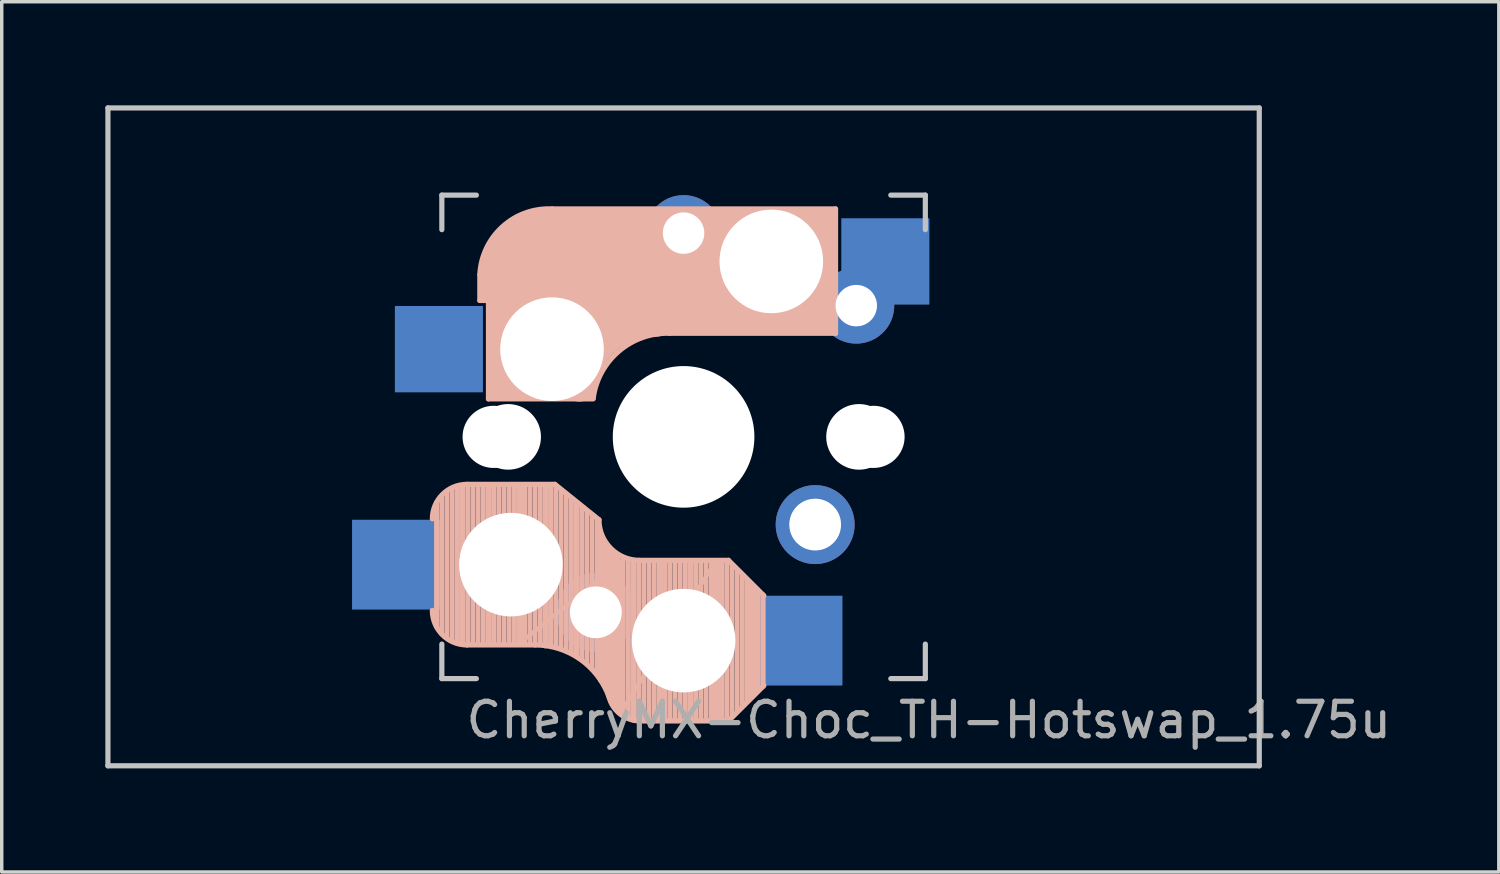
<source format=kicad_pcb>
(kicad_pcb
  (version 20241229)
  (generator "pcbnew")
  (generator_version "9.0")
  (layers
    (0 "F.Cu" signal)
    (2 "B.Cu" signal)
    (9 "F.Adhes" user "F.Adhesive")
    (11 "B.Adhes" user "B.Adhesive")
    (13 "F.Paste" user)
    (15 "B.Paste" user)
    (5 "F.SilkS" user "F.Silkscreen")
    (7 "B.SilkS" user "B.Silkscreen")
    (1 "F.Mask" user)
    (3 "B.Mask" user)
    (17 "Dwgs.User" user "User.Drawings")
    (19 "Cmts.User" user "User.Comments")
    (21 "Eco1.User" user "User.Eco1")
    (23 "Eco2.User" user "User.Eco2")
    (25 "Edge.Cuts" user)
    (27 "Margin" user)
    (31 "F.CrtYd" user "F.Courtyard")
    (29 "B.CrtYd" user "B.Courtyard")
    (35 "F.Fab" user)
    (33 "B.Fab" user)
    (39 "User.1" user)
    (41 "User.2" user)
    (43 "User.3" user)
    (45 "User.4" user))
  (footprint "CherryMX-Choc_TH-Hotswap_1.75u"
    (layer "F.Cu")
    (at 16.744 9.6)
    (property "Reference" "CherryMX-Choc_TH-Hotswap_1.75u" (at 7.1 8.2 0) (layer "F.Fab") (effects (font (size 1 1) (thickness 0.15))))
    (attr through_hole)
    (fp_line (start -7.15 5.5) (end -7.15 1.9) (stroke (width 0.15) (type solid)) (layer "B.SilkS"))
    (fp_line (start -7 5.7) (end -7 1.7) (stroke (width 0.15) (type solid)) (layer "B.SilkS"))
    (fp_line (start -6.85 5.8) (end -6.85 1.6) (stroke (width 0.15) (type solid)) (layer "B.SilkS"))
    (fp_line (start -6.7 5.9) (end -6.7 1.5) (stroke (width 0.15) (type solid)) (layer "B.SilkS"))
    (fp_line (start -6.55 5.95) (end -6.55 1.45) (stroke (width 0.15) (type solid)) (layer "B.SilkS"))
    (fp_line (start -6.4 6) (end -6.4 1.45) (stroke (width 0.15) (type solid)) (layer "B.SilkS"))
    (fp_line (start -6.25 6) (end -6.25 1.4) (stroke (width 0.15) (type solid)) (layer "B.SilkS"))
    (fp_line (start -6.1 6) (end -6.1 1.4) (stroke (width 0.15) (type solid)) (layer "B.SilkS"))
    (fp_line (start -5.95 6) (end -5.95 1.4) (stroke (width 0.15) (type solid)) (layer "B.SilkS"))
    (fp_line (start -5.9 -4.7) (end -5.9 -3.95) (stroke (width 0.15) (type solid)) (layer "B.SilkS"))
    (fp_line (start -5.9 -3.95) (end -5.7 -3.95) (stroke (width 0.15) (type solid)) (layer "B.SilkS"))
    (fp_line (start -5.8 -4.05) (end -5.8 -4.7) (stroke (width 0.3) (type solid)) (layer "B.SilkS"))
    (fp_line (start -5.8 6) (end -5.8 1.4) (stroke (width 0.15) (type solid)) (layer "B.SilkS"))
    (fp_line (start -5.65 -5.55) (end -5.65 -1.1) (stroke (width 0.15) (type solid)) (layer "B.SilkS"))
    (fp_line (start -5.65 -1.1) (end -2.62 -1.1) (stroke (width 0.15) (type solid)) (layer "B.SilkS"))
    (fp_line (start -5.65 6) (end -5.65 1.4) (stroke (width 0.15) (type solid)) (layer "B.SilkS"))
    (fp_line (start -5.5 6) (end -5.5 1.4) (stroke (width 0.15) (type solid)) (layer "B.SilkS"))
    (fp_line (start -5.45 -1.3) (end -3 -1.3) (stroke (width 0.5) (type solid)) (layer "B.SilkS"))
    (fp_line (start -5.35 6) (end -5.35 1.4) (stroke (width 0.15) (type solid)) (layer "B.SilkS"))
    (fp_line (start -5.3 -1.6) (end -5.3 -3.4) (stroke (width 0.8) (type solid)) (layer "B.SilkS"))
    (fp_line (start -5.2 6) (end -5.2 1.4) (stroke (width 0.15) (type solid)) (layer "B.SilkS"))
    (fp_line (start -5.05 6) (end -5.05 1.4) (stroke (width 0.15) (type solid)) (layer "B.SilkS"))
    (fp_line (start -4.9 6) (end -4.9 1.4) (stroke (width 0.15) (type solid)) (layer "B.SilkS"))
    (fp_line (start -4.75 6) (end -4.75 1.4) (stroke (width 0.15) (type solid)) (layer "B.SilkS"))
    (fp_line (start -4.65 5.9) (end -4.65 1.4) (stroke (width 0.12) (type solid)) (layer "B.SilkS"))
    (fp_line (start -4.6 6) (end -4.6 1.4) (stroke (width 0.15) (type solid)) (layer "B.SilkS"))
    (fp_line (start -4.45 6) (end -4.45 1.4) (stroke (width 0.15) (type solid)) (layer "B.SilkS"))
    (fp_line (start -4.3 6) (end -4.3 1.4) (stroke (width 0.15) (type solid)) (layer "B.SilkS"))
    (fp_line (start -4.3 6.025) (end -6.275 6.025) (stroke (width 0.15) (type solid)) (layer "B.SilkS"))
    (fp_line (start -4.17 -5.1) (end -4.17 -2.86) (stroke (width 3) (type solid)) (layer "B.SilkS"))
    (fp_line (start -4.15 6) (end -4.15 1.45) (stroke (width 0.15) (type solid)) (layer "B.SilkS"))
    (fp_line (start -4 6.05) (end -4 1.4) (stroke (width 0.15) (type solid)) (layer "B.SilkS"))
    (fp_line (start -3.85 6.05) (end -3.85 1.4) (stroke (width 0.15) (type solid)) (layer "B.SilkS"))
    (fp_line (start -3.725 1.375) (end -6.275 1.375) (stroke (width 0.15) (type solid)) (layer "B.SilkS"))
    (fp_line (start -3.725 1.375) (end -2.45 2.4) (stroke (width 0.15) (type solid)) (layer "B.SilkS"))
    (fp_line (start -3.7 6.05) (end -3.7 1.45) (stroke (width 0.15) (type solid)) (layer "B.SilkS"))
    (fp_line (start -3.55 6.1) (end -3.55 1.55) (stroke (width 0.15) (type solid)) (layer "B.SilkS"))
    (fp_line (start -3.4 6.2) (end -3.4 1.65) (stroke (width 0.15) (type solid)) (layer "B.SilkS"))
    (fp_line (start -3.25 6.25) (end -3.25 1.8) (stroke (width 0.15) (type solid)) (layer "B.SilkS"))
    (fp_line (start -3.1 6.35) (end -3.1 1.9) (stroke (width 0.15) (type solid)) (layer "B.SilkS"))
    (fp_line (start -2.95 6.45) (end -2.95 2.05) (stroke (width 0.15) (type solid)) (layer "B.SilkS"))
    (fp_line (start -2.8 6.55) (end -2.8 2.15) (stroke (width 0.15) (type solid)) (layer "B.SilkS"))
    (fp_line (start -2.65 6.7) (end -2.65 2.25) (stroke (width 0.15) (type solid)) (layer "B.SilkS"))
    (fp_line (start -2.5 6.85) (end -2.5 2.4) (stroke (width 0.15) (type solid)) (layer "B.SilkS"))
    (fp_line (start -2.4 7.05) (end -2.4 2.9) (stroke (width 0.15) (type solid)) (layer "B.SilkS"))
    (fp_line (start -2.3 7.2) (end -2.3 3.05) (stroke (width 0.15) (type solid)) (layer "B.SilkS"))
    (fp_line (start -2.2 7.4) (end -2.2 3.25) (stroke (width 0.15) (type solid)) (layer "B.SilkS"))
    (fp_line (start -2.1 7.55) (end -2.1 3.35) (stroke (width 0.15) (type solid)) (layer "B.SilkS"))
    (fp_line (start -2 7.8) (end -2 3.4) (stroke (width 0.15) (type solid)) (layer "B.SilkS"))
    (fp_line (start -1.9 7.95) (end -1.9 3.45) (stroke (width 0.15) (type solid)) (layer "B.SilkS"))
    (fp_line (start -1.8 3.6) (end -4.65 5.9) (stroke (width 0.12) (type solid)) (layer "B.SilkS"))
    (fp_line (start -1.8 7.95) (end -1.8 3.6) (stroke (width 0.12) (type solid)) (layer "B.SilkS"))
    (fp_line (start -1.75 8.05) (end -1.75 3.5) (stroke (width 0.15) (type solid)) (layer "B.SilkS"))
    (fp_line (start -1.6 8.15) (end -1.6 3.6) (stroke (width 0.15) (type solid)) (layer "B.SilkS"))
    (fp_line (start -1.45 8.2) (end -1.45 3.6) (stroke (width 0.15) (type solid)) (layer "B.SilkS"))
    (fp_line (start -1.3 8.2) (end -1.3 3.6) (stroke (width 0.15) (type solid)) (layer "B.SilkS"))
    (fp_line (start -1.15 8.2) (end -1.15 3.65) (stroke (width 0.15) (type solid)) (layer "B.SilkS"))
    (fp_line (start -1 8.2) (end -1 3.6) (stroke (width 0.15) (type solid)) (layer "B.SilkS"))
    (fp_line (start -0.85 8.2) (end -0.85 3.6) (stroke (width 0.15) (type solid)) (layer "B.SilkS"))
    (fp_line (start -0.7 8.2) (end -0.7 3.6) (stroke (width 0.15) (type solid)) (layer "B.SilkS"))
    (fp_line (start -0.55 8.2) (end -0.55 3.6) (stroke (width 0.15) (type solid)) (layer "B.SilkS"))
    (fp_line (start -0.4 -3) (end 4.4 -3) (stroke (width 0.15) (type solid)) (layer "B.SilkS"))
    (fp_line (start -0.4 8.2) (end -0.4 3.6) (stroke (width 0.15) (type solid)) (layer "B.SilkS"))
    (fp_line (start -0.25 8.2) (end -0.25 3.6) (stroke (width 0.15) (type solid)) (layer "B.SilkS"))
    (fp_line (start -0.1 8.2) (end -0.1 3.6) (stroke (width 0.15) (type solid)) (layer "B.SilkS"))
    (fp_line (start 0.05 8.2) (end 0.05 3.6) (stroke (width 0.15) (type solid)) (layer "B.SilkS"))
    (fp_line (start 0.2 8.2) (end 0.2 3.6) (stroke (width 0.15) (type solid)) (layer "B.SilkS"))
    (fp_line (start 0.35 8.2) (end 0.35 3.6) (stroke (width 0.15) (type solid)) (layer "B.SilkS"))
    (fp_line (start 0.5 8.2) (end 0.5 3.6) (stroke (width 0.15) (type solid)) (layer "B.SilkS"))
    (fp_line (start 0.65 8.2) (end 0.65 3.6) (stroke (width 0.15) (type solid)) (layer "B.SilkS"))
    (fp_line (start 0.8 8.2) (end 0.8 3.6) (stroke (width 0.15) (type solid)) (layer "B.SilkS"))
    (fp_line (start 0.9 3.65) (end -1.8 7.95) (stroke (width 0.12) (type solid)) (layer "B.SilkS"))
    (fp_line (start 0.9 8.1) (end 0.9 3.65) (stroke (width 0.12) (type solid)) (layer "B.SilkS"))
    (fp_line (start 0.95 8.2) (end 0.95 3.6) (stroke (width 0.15) (type solid)) (layer "B.SilkS"))
    (fp_line (start 1.1 8.2) (end 1.1 3.6) (stroke (width 0.15) (type solid)) (layer "B.SilkS"))
    (fp_line (start 1.25 8.2) (end 1.25 3.6) (stroke (width 0.15) (type solid)) (layer "B.SilkS"))
    (fp_line (start 1.3 3.575) (end -1.275 3.575) (stroke (width 0.15) (type solid)) (layer "B.SilkS"))
    (fp_line (start 1.3 3.575) (end 2.325 4.6) (stroke (width 0.15) (type solid)) (layer "B.SilkS"))
    (fp_line (start 1.3 8.225) (end -1.3 8.225) (stroke (width 0.15) (type solid)) (layer "B.SilkS"))
    (fp_line (start 1.3 8.225) (end 2.325 7.2) (stroke (width 0.15) (type solid)) (layer "B.SilkS"))
    (fp_line (start 1.4 8.1) (end 1.4 3.7) (stroke (width 0.15) (type solid)) (layer "B.SilkS"))
    (fp_line (start 1.55 7.95) (end 1.55 3.85) (stroke (width 0.15) (type solid)) (layer "B.SilkS"))
    (fp_line (start 1.7 7.8) (end 1.7 4) (stroke (width 0.15) (type solid)) (layer "B.SilkS"))
    (fp_line (start 1.85 7.65) (end 1.85 4.15) (stroke (width 0.15) (type solid)) (layer "B.SilkS"))
    (fp_line (start 1.95 7.55) (end 1.95 4.25) (stroke (width 0.15) (type solid)) (layer "B.SilkS"))
    (fp_line (start 2.05 7.45) (end 2.05 4.35) (stroke (width 0.15) (type solid)) (layer "B.SilkS"))
    (fp_line (start 2.15 7.35) (end 2.15 4.45) (stroke (width 0.15) (type solid)) (layer "B.SilkS"))
    (fp_line (start 2.3 4.575) (end 2.3 7.225) (stroke (width 0.15) (type solid)) (layer "B.SilkS"))
    (fp_line (start 2.6 -4.8) (end -4.1 -4.8) (stroke (width 3.5) (type solid)) (layer "B.SilkS"))
    (fp_line (start 3.9 -6) (end 3.9 -3.5) (stroke (width 1) (type solid)) (layer "B.SilkS"))
    (fp_line (start 4.2 -3.25) (end 2.9 -3.3) (stroke (width 0.5) (type solid)) (layer "B.SilkS"))
    (fp_line (start 4.25 -6.4) (end 3 -6.4) (stroke (width 0.4) (type solid)) (layer "B.SilkS"))
    (fp_line (start 4.38 -4) (end 4.38 -6.25) (stroke (width 0.15) (type solid)) (layer "B.SilkS"))
    (fp_line (start 4.4 -6.6) (end -3.8 -6.6) (stroke (width 0.15) (type solid)) (layer "B.SilkS"))
    (fp_line (start 4.4 -3) (end 4.4 -6.6) (stroke (width 0.15) (type solid)) (layer "B.SilkS"))
    (fp_arc (start -7.275 2.375) (mid -6.982107 1.667893) (end -6.275 1.375) (stroke (width 0.15) (type solid)) (layer "B.SilkS"))
    (fp_arc (start -6.275 6.025) (mid -6.982107 5.732107) (end -7.275 5.025) (stroke (width 0.15) (type solid)) (layer "B.SilkS"))
    (fp_arc (start -5.9 -4.699999) (mid -5.243504 -6.084924) (end -3.800001 -6.6) (stroke (width 0.15) (type solid)) (layer "B.SilkS"))
    (fp_arc (start -4.3 6.025) (mid -2.995114 6.436429) (end -2.162199 7.521904) (stroke (width 0.15) (type solid)) (layer "B.SilkS"))
    (fp_arc (start -3.016318 -1.521471) (mid -2.268709 -2.886118) (end -0.8 -3.4) (stroke (width 1) (type solid)) (layer "B.SilkS"))
    (fp_arc (start -2.616318 -1.121471) (mid -1.868709 -2.486118) (end -0.4 -3) (stroke (width 0.15) (type solid)) (layer "B.SilkS"))
    (fp_arc (start -1.300995 8.223791) (mid -1.848284 8.016021) (end -2.162199 7.521904) (stroke (width 0.15) (type solid)) (layer "B.SilkS"))
    (fp_arc (start -1.275 3.575) (mid -2.10585 3.23085) (end -2.45 2.4) (stroke (width 0.15) (type solid)) (layer "B.SilkS"))
    (fp_line (start -16.669 -9.525) (end 16.669 -9.525) (stroke (width 0.15) (type solid)) (layer "Dwgs.User"))
    (fp_line (start -16.669 9.525) (end -16.669 -9.525) (stroke (width 0.15) (type solid)) (layer "Dwgs.User"))
    (fp_line (start -7 -7) (end -6 -7) (stroke (width 0.15) (type solid)) (layer "Dwgs.User"))
    (fp_line (start -7 -6) (end -7 -7) (stroke (width 0.15) (type solid)) (layer "Dwgs.User"))
    (fp_line (start -7 6) (end -7 7) (stroke (width 0.15) (type solid)) (layer "Dwgs.User"))
    (fp_line (start -7 7) (end -6 7) (stroke (width 0.15) (type solid)) (layer "Dwgs.User"))
    (fp_line (start 6 7) (end 7 7) (stroke (width 0.15) (type solid)) (layer "Dwgs.User"))
    (fp_line (start 7 -7) (end 6 -7) (stroke (width 0.15) (type solid)) (layer "Dwgs.User"))
    (fp_line (start 7 -7) (end 7 -6) (stroke (width 0.15) (type solid)) (layer "Dwgs.User"))
    (fp_line (start 7 7) (end 7 6) (stroke (width 0.15) (type solid)) (layer "Dwgs.User"))
    (fp_line (start 16.669 -9.525) (end 16.669 9.525) (stroke (width 0.15) (type solid)) (layer "Dwgs.User"))
    (fp_line (start 16.669 9.525) (end -16.669 9.525) (stroke (width 0.15) (type solid)) (layer "Dwgs.User"))
    (pad "" np_thru_hole circle (at -5.5 0) (size 1.8 1.8) (drill 1.8) (layers "*.Cu" "*.Mask"))
    (pad "" np_thru_hole circle (at -5.22 4.2) (size 1.2 1.2) (drill 1.2) (layers "*.Cu" "*.Mask"))
    (pad "" np_thru_hole circle (at -5.08 0) (size 1.9 1.9) (drill 1.9) (layers "*.Cu" "*.Mask"))
    (pad "" np_thru_hole circle (at -5 3.7 90) (size 3 3) (drill 3) (layers "*.Cu" "*.Mask"))
    (pad "" np_thru_hole circle (at -3.81 -2.54) (size 3 3) (drill 3) (layers "*.Cu" "*.Mask"))
    (pad "" np_thru_hole circle (at 0 0) (size 3.2 3.2) (drill 3.2) (layers "*.Cu" "*.Mask"))
    (pad "" np_thru_hole circle (at 0 0 90) (size 4.1 4.1) (drill 4.1) (layers "*.Cu" "*.Mask"))
    (pad "" np_thru_hole circle (at 0 5.9 90) (size 3 3) (drill 3) (layers "*.Cu" "*.Mask"))
    (pad "" np_thru_hole circle (at 2.54 -5.08) (size 3 3) (drill 3) (layers "*.Cu" "*.Mask"))
    (pad "" np_thru_hole circle (at 5.08 0) (size 1.9 1.9) (drill 1.9) (layers "*.Cu" "*.Mask"))
    (pad "" np_thru_hole circle (at 5.5 0) (size 1.8 1.8) (drill 1.8) (layers "*.Cu" "*.Mask"))
    (pad "1" smd rect (at -8.3 3.7 180) (size 2.6 2.6) (layers "B.Cu" "B.Mask" "B.Paste"))
    (pad "1" smd rect (at -7.085 -2.54 180) (size 2.55 2.5) (layers "B.Cu" "B.Mask" "B.Paste"))
    (pad "1" thru_hole circle (at -2.54 5.08 180) (size 2.286 2.286) (drill 1.499) (layers "*.Cu" "*.Mask"))
    (pad "1" thru_hole circle (at 0 -5.9) (size 2.2 2.2) (drill 1.2) (layers "*.Cu" "B.Mask"))
    (pad "2" smd rect (at 3.3 5.9 180) (size 2.6 2.6) (layers "B.Cu" "B.Mask" "B.Paste"))
    (pad "2" thru_hole circle (at 3.81 2.54 180) (size 2.286 2.286) (drill 1.499) (layers "*.Cu" "*.Mask"))
    (pad "2" thru_hole circle (at 5 -3.8) (size 2.2 2.2) (drill 1.2) (layers "*.Cu" "B.Mask"))
    (pad "2" smd rect (at 5.842 -5.08 180) (size 2.55 2.5) (layers "B.Cu" "B.Mask" "B.Paste")))
  (gr_rect
    (start -3 -3)
    (end 40.35 22.2)
    (stroke (width 0.1) (type default))
    (fill no)
    (layer "Edge.Cuts")))
</source>
